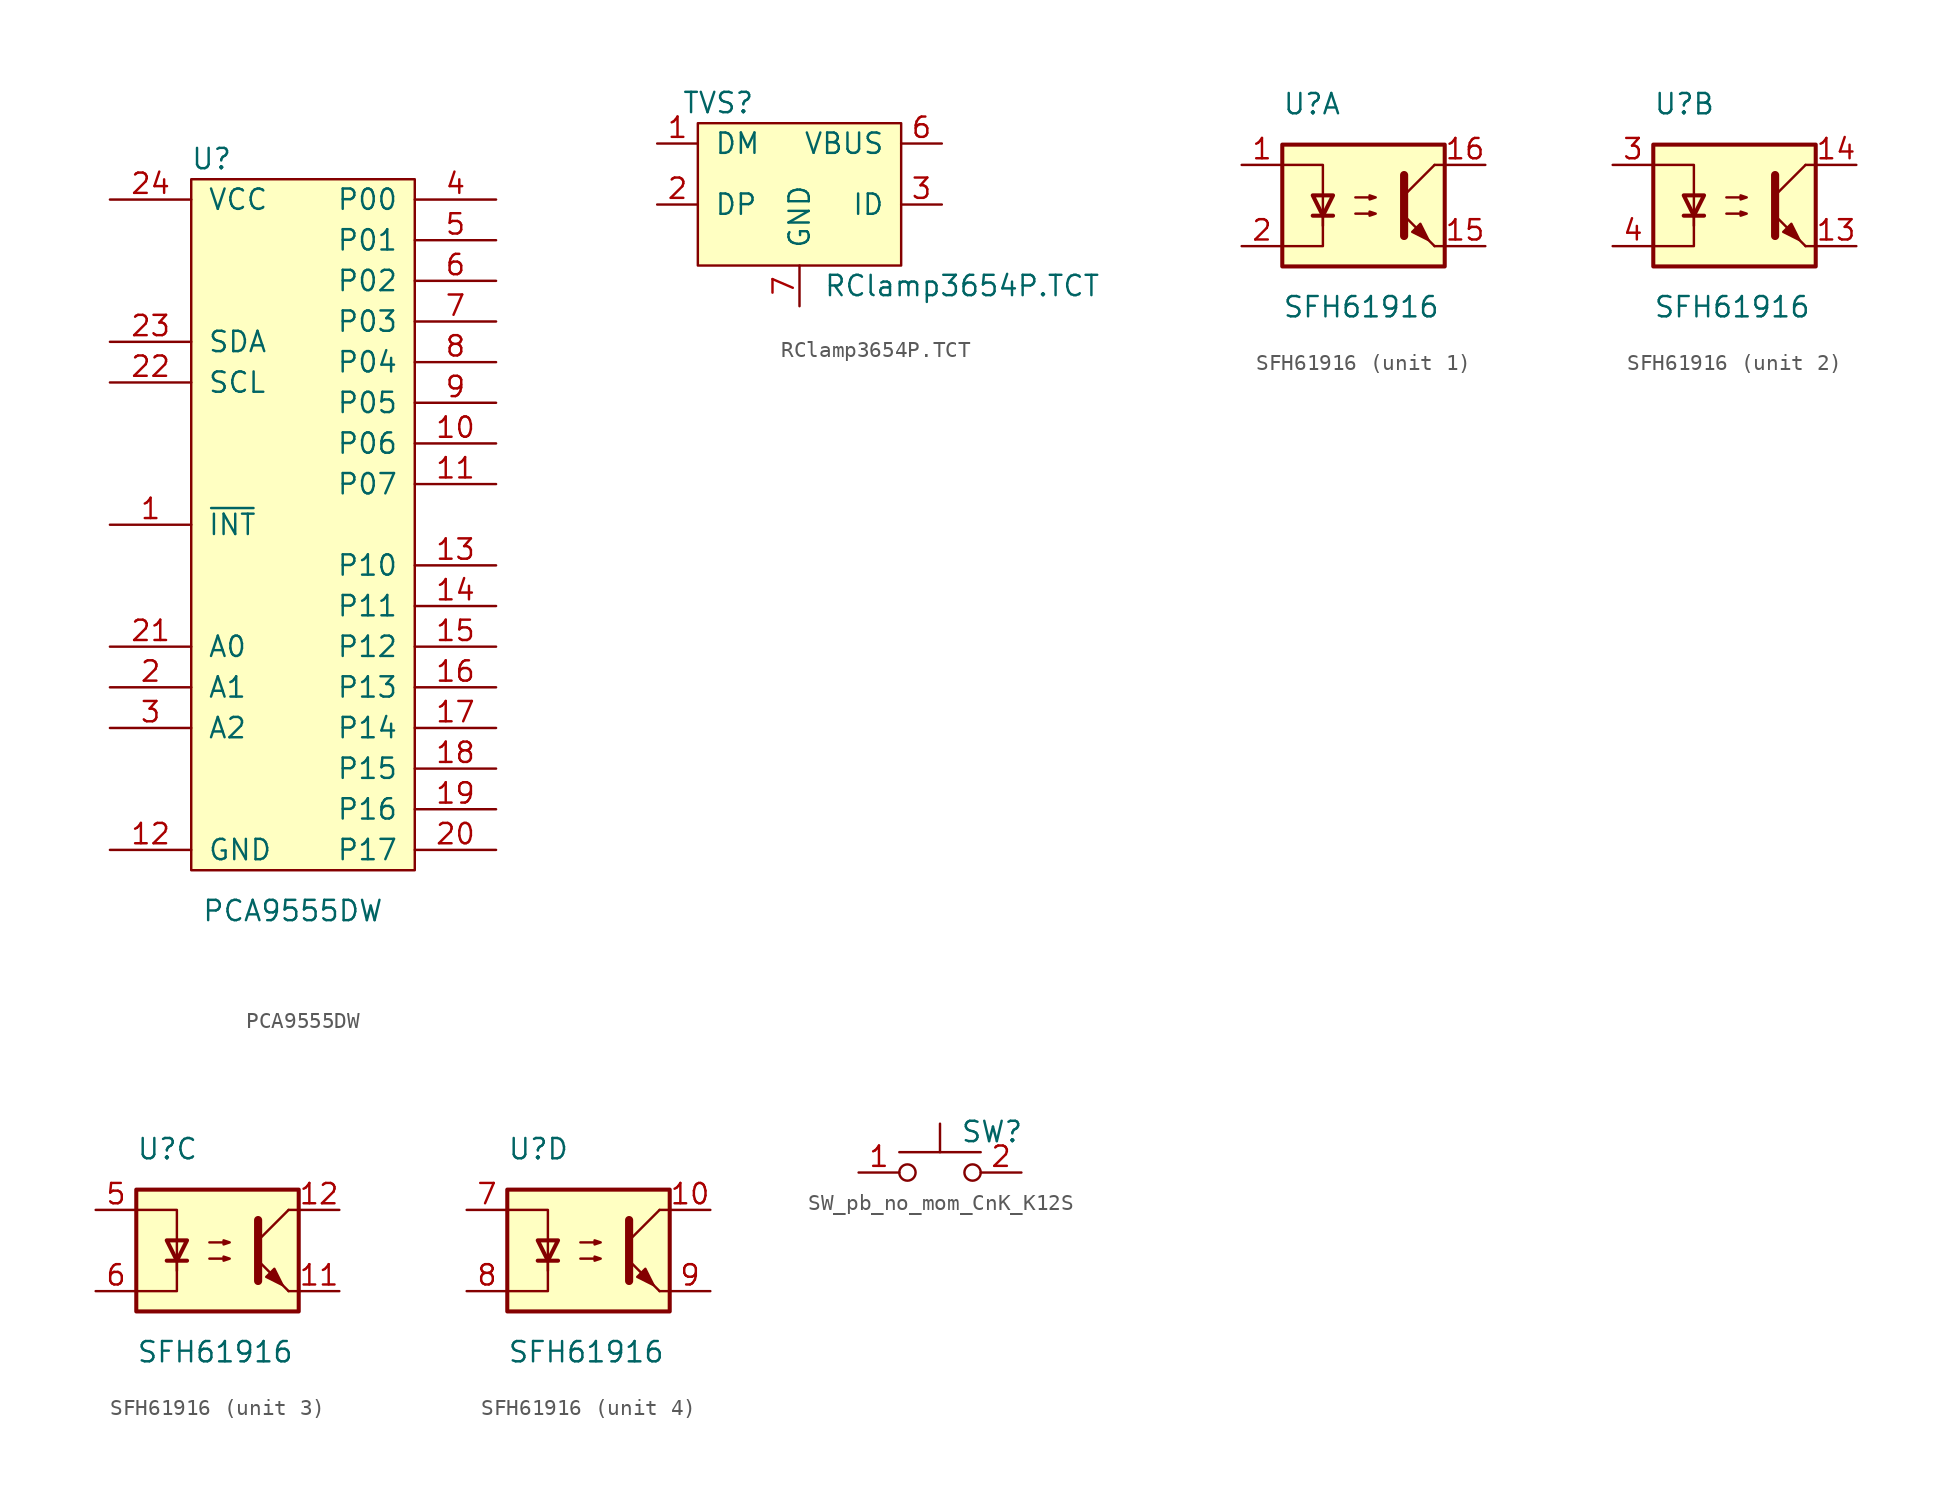
<source format=kicad_sym>
(kicad_symbol_lib
  (version 20211014)
  (generator kicad_symbol_editor)
  (symbol "PCA9555DW"
    (pin_names
      (offset 1.016))
    (property "Reference" "U"
      (at 6.35 43.18 0)
      (effects (font (size 1.27 1.27))))
    (property "Value" "PCA9555DW"
      (at 11.43 -3.81 0)
      (effects (font (size 1.27 1.27))))
    (symbol "PCA9555DW_0_1"
      (rectangle (start 5.08 41.91) (end 19.05 -1.27) (stroke (width 0) (type default) (color 0 0 0 0)) (fill (type background))))
    (symbol "PCA9555DW_1_1"
      (pin output line (at 0 20.32 0) (length 5.08) (name "~{INT}" (effects (font (size 1.27 1.27)))) (number "1" (effects (font (size 1.27 1.27)))))
      (pin bidirectional line (at 24.13 25.4 180) (length 5.08) (name "P06" (effects (font (size 1.27 1.27)))) (number "10" (effects (font (size 1.27 1.27)))))
      (pin bidirectional line (at 24.13 22.86 180) (length 5.08) (name "P07" (effects (font (size 1.27 1.27)))) (number "11" (effects (font (size 1.27 1.27)))))
      (pin power_in line (at 0 0 0) (length 5.08) (name "GND" (effects (font (size 1.27 1.27)))) (number "12" (effects (font (size 1.27 1.27)))))
      (pin bidirectional line (at 24.13 17.78 180) (length 5.08) (name "P10" (effects (font (size 1.27 1.27)))) (number "13" (effects (font (size 1.27 1.27)))))
      (pin bidirectional line (at 24.13 15.24 180) (length 5.08) (name "P11" (effects (font (size 1.27 1.27)))) (number "14" (effects (font (size 1.27 1.27)))))
      (pin bidirectional line (at 24.13 12.7 180) (length 5.08) (name "P12" (effects (font (size 1.27 1.27)))) (number "15" (effects (font (size 1.27 1.27)))))
      (pin bidirectional line (at 24.13 10.16 180) (length 5.08) (name "P13" (effects (font (size 1.27 1.27)))) (number "16" (effects (font (size 1.27 1.27)))))
      (pin bidirectional line (at 24.13 7.62 180) (length 5.08) (name "P14" (effects (font (size 1.27 1.27)))) (number "17" (effects (font (size 1.27 1.27)))))
      (pin bidirectional line (at 24.13 5.08 180) (length 5.08) (name "P15" (effects (font (size 1.27 1.27)))) (number "18" (effects (font (size 1.27 1.27)))))
      (pin bidirectional line (at 24.13 2.54 180) (length 5.08) (name "P16" (effects (font (size 1.27 1.27)))) (number "19" (effects (font (size 1.27 1.27)))))
      (pin passive line (at 0 10.16 0) (length 5.08) (name "A1" (effects (font (size 1.27 1.27)))) (number "2" (effects (font (size 1.27 1.27)))))
      (pin bidirectional line (at 24.13 0 180) (length 5.08) (name "P17" (effects (font (size 1.27 1.27)))) (number "20" (effects (font (size 1.27 1.27)))))
      (pin passive line (at 0 12.7 0) (length 5.08) (name "A0" (effects (font (size 1.27 1.27)))) (number "21" (effects (font (size 1.27 1.27)))))
      (pin input line (at 0 29.21 0) (length 5.08) (name "SCL" (effects (font (size 1.27 1.27)))) (number "22" (effects (font (size 1.27 1.27)))))
      (pin bidirectional line (at 0 31.75 0) (length 5.08) (name "SDA" (effects (font (size 1.27 1.27)))) (number "23" (effects (font (size 1.27 1.27)))))
      (pin power_in line (at 0 40.64 0) (length 5.08) (name "VCC" (effects (font (size 1.27 1.27)))) (number "24" (effects (font (size 1.27 1.27)))))
      (pin passive line (at 0 7.62 0) (length 5.08) (name "A2" (effects (font (size 1.27 1.27)))) (number "3" (effects (font (size 1.27 1.27)))))
      (pin bidirectional line (at 24.13 40.64 180) (length 5.08) (name "P00" (effects (font (size 1.27 1.27)))) (number "4" (effects (font (size 1.27 1.27)))))
      (pin bidirectional line (at 24.13 38.1 180) (length 5.08) (name "P01" (effects (font (size 1.27 1.27)))) (number "5" (effects (font (size 1.27 1.27)))))
      (pin bidirectional line (at 24.13 35.56 180) (length 5.08) (name "P02" (effects (font (size 1.27 1.27)))) (number "6" (effects (font (size 1.27 1.27)))))
      (pin bidirectional line (at 24.13 33.02 180) (length 5.08) (name "P03" (effects (font (size 1.27 1.27)))) (number "7" (effects (font (size 1.27 1.27)))))
      (pin bidirectional line (at 24.13 30.48 180) (length 5.08) (name "P04" (effects (font (size 1.27 1.27)))) (number "8" (effects (font (size 1.27 1.27)))))
      (pin bidirectional line (at 24.13 27.94 180) (length 5.08) (name "P05" (effects (font (size 1.27 1.27)))) (number "9" (effects (font (size 1.27 1.27)))))))
  (symbol "RClamp3654P.TCT"
    (pin_names
      (offset 1.016))
    (property "Reference" "TVS"
      (at -5.08 10.16 0)
      (effects (font (size 1.27 1.27))))
    (property "Value" "RClamp3654P.TCT"
      (at 10.16 -1.27 0)
      (effects (font (size 1.27 1.27))))
    (symbol "RClamp3654P.TCT_0_1"
      (rectangle (start -6.35 8.89) (end 6.35 0) (stroke (width 0) (type default) (color 0 0 0 0)) (fill (type background))))
    (symbol "RClamp3654P.TCT_1_1"
      (pin passive line (at -8.89 7.62 0) (length 2.54) (name "DM" (effects (font (size 1.27 1.27)))) (number "1" (effects (font (size 1.27 1.27)))))
      (pin passive line (at -8.89 3.81 0) (length 2.54) (name "DP" (effects (font (size 1.27 1.27)))) (number "2" (effects (font (size 1.27 1.27)))))
      (pin passive line (at 8.89 3.81 180) (length 2.54) (name "ID" (effects (font (size 1.27 1.27)))) (number "3" (effects (font (size 1.27 1.27)))))
      (pin passive line (at 8.89 7.62 180) (length 2.54) (name "VBUS" (effects (font (size 1.27 1.27)))) (number "6" (effects (font (size 1.27 1.27)))))
      (pin passive line (at 0 -2.54 90) (length 2.54) (name "GND" (effects (font (size 1.27 1.27)))) (number "7" (effects (font (size 1.27 1.27)))))))
  (symbol "SFH61916"
    (pin_names
      (offset 1.016))
    (property "Reference" "U"
      (at -5.08 6.35 0)
      (effects (font (size 1.27 1.27)) (justify left)))
    (property "Value" "SFH61916"
      (at -5.08 -6.35 0)
      (effects (font (size 1.27 1.27)) (justify left)))
    (symbol "SFH61916_0_1"
      (rectangle (start -5.08 3.81) (end 5.08 -3.81) (stroke (width 0.254) (type default) (color 0 0 0 0)) (fill (type background)))
      (polyline (pts (xy -3.175 -0.635) (xy -1.905 -0.635)) (stroke (width 0.254) (type default) (color 0 0 0 0)) (fill (type none)))
      (polyline (pts (xy 2.54 0.635) (xy 4.445 2.54)) (stroke (width 0) (type default) (color 0 0 0 0)) (fill (type none)))
      (polyline (pts (xy 4.445 -2.54) (xy 2.54 -0.635)) (stroke (width 0) (type default) (color 0 0 0 0)) (fill (type outline)))
      (polyline (pts (xy 4.445 -2.54) (xy 5.08 -2.54)) (stroke (width 0) (type default) (color 0 0 0 0)) (fill (type none)))
      (polyline (pts (xy 4.445 2.54) (xy 5.08 2.54)) (stroke (width 0) (type default) (color 0 0 0 0)) (fill (type none)))
      (polyline (pts (xy -2.54 -0.635) (xy -2.54 -2.54) (xy -5.08 -2.54)) (stroke (width 0) (type default) (color 0 0 0 0)) (fill (type none)))
      (polyline (pts (xy 2.54 1.905) (xy 2.54 -1.905) (xy 2.54 -1.905)) (stroke (width 0.508) (type default) (color 0 0 0 0)) (fill (type none)))
      (polyline (pts (xy -5.08 2.54) (xy -2.54 2.54) (xy -2.54 -1.27) (xy -2.54 0.635)) (stroke (width 0) (type default) (color 0 0 0 0)) (fill (type none)))
      (polyline (pts (xy -2.54 -0.635) (xy -3.175 0.635) (xy -1.905 0.635) (xy -2.54 -0.635)) (stroke (width 0.254) (type default) (color 0 0 0 0)) (fill (type none)))
      (polyline (pts (xy -0.508 -0.508) (xy 0.762 -0.508) (xy 0.381 -0.635) (xy 0.381 -0.381) (xy 0.762 -0.508)) (stroke (width 0) (type default) (color 0 0 0 0)) (fill (type none)))
      (polyline (pts (xy -0.508 0.508) (xy 0.762 0.508) (xy 0.381 0.381) (xy 0.381 0.635) (xy 0.762 0.508)) (stroke (width 0) (type default) (color 0 0 0 0)) (fill (type none)))
      (polyline (pts (xy 3.048 -1.651) (xy 3.556 -1.143) (xy 4.064 -2.159) (xy 3.048 -1.651) (xy 3.048 -1.651)) (stroke (width 0) (type default) (color 0 0 0 0)) (fill (type outline))))
    (symbol "SFH61916_1_1"
      (pin passive line (at -7.62 2.54 0) (length 2.54) (name "~" (effects (font (size 1.27 1.27)))) (number "1" (effects (font (size 1.27 1.27)))))
      (pin passive line (at 7.62 -2.54 180) (length 2.54) (name "~" (effects (font (size 1.27 1.27)))) (number "15" (effects (font (size 1.27 1.27)))))
      (pin passive line (at 7.62 2.54 180) (length 2.54) (name "~" (effects (font (size 1.27 1.27)))) (number "16" (effects (font (size 1.27 1.27)))))
      (pin passive line (at -7.62 -2.54 0) (length 2.54) (name "~" (effects (font (size 1.27 1.27)))) (number "2" (effects (font (size 1.27 1.27))))))
    (symbol "SFH61916_2_1"
      (pin passive line (at 7.62 -2.54 180) (length 2.54) (name "~" (effects (font (size 1.27 1.27)))) (number "13" (effects (font (size 1.27 1.27)))))
      (pin passive line (at 7.62 2.54 180) (length 2.54) (name "~" (effects (font (size 1.27 1.27)))) (number "14" (effects (font (size 1.27 1.27)))))
      (pin passive line (at -7.62 2.54 0) (length 2.54) (name "~" (effects (font (size 1.27 1.27)))) (number "3" (effects (font (size 1.27 1.27)))))
      (pin passive line (at -7.62 -2.54 0) (length 2.54) (name "~" (effects (font (size 1.27 1.27)))) (number "4" (effects (font (size 1.27 1.27))))))
    (symbol "SFH61916_3_1"
      (pin passive line (at 7.62 -2.54 180) (length 2.54) (name "~" (effects (font (size 1.27 1.27)))) (number "11" (effects (font (size 1.27 1.27)))))
      (pin passive line (at 7.62 2.54 180) (length 2.54) (name "~" (effects (font (size 1.27 1.27)))) (number "12" (effects (font (size 1.27 1.27)))))
      (pin passive line (at -7.62 2.54 0) (length 2.54) (name "~" (effects (font (size 1.27 1.27)))) (number "5" (effects (font (size 1.27 1.27)))))
      (pin passive line (at -7.62 -2.54 0) (length 2.54) (name "~" (effects (font (size 1.27 1.27)))) (number "6" (effects (font (size 1.27 1.27))))))
    (symbol "SFH61916_4_1"
      (pin passive line (at 7.62 2.54 180) (length 2.54) (name "~" (effects (font (size 1.27 1.27)))) (number "10" (effects (font (size 1.27 1.27)))))
      (pin passive line (at -7.62 2.54 0) (length 2.54) (name "~" (effects (font (size 1.27 1.27)))) (number "7" (effects (font (size 1.27 1.27)))))
      (pin passive line (at -7.62 -2.54 0) (length 2.54) (name "~" (effects (font (size 1.27 1.27)))) (number "8" (effects (font (size 1.27 1.27)))))
      (pin passive line (at 7.62 -2.54 180) (length 2.54) (name "~" (effects (font (size 1.27 1.27)))) (number "9" (effects (font (size 1.27 1.27)))))))
  (symbol "SW_pb_no_mom_CnK_K12S"
    (pin_names
      (offset 1.016) hide)
    (property "Reference" "SW"
      (at 1.27 2.54 0)
      (effects (font (size 1.27 1.27)) (justify left)))
    (symbol "SW_pb_no_mom_CnK_K12S_0_1"
      (circle (center -2.032 0) (radius 0.508) (stroke (width 0) (type default) (color 0 0 0 0)) (fill (type none)))
      (polyline (pts (xy 0 1.27) (xy 0 3.048)) (stroke (width 0) (type default) (color 0 0 0 0)) (fill (type none)))
      (polyline (pts (xy 2.54 1.27) (xy -2.54 1.27)) (stroke (width 0) (type default) (color 0 0 0 0)) (fill (type none)))
      (circle (center 2.032 0) (radius 0.508) (stroke (width 0) (type default) (color 0 0 0 0)) (fill (type none)))
      (pin passive line (at -5.08 0 0) (length 2.54) (name "1" (effects (font (size 1.27 1.27)))) (number "1" (effects (font (size 1.27 1.27)))))
      (pin passive line (at 5.08 0 180) (length 2.54) (name "2" (effects (font (size 1.27 1.27)))) (number "2" (effects (font (size 1.27 1.27))))))))
</source>
